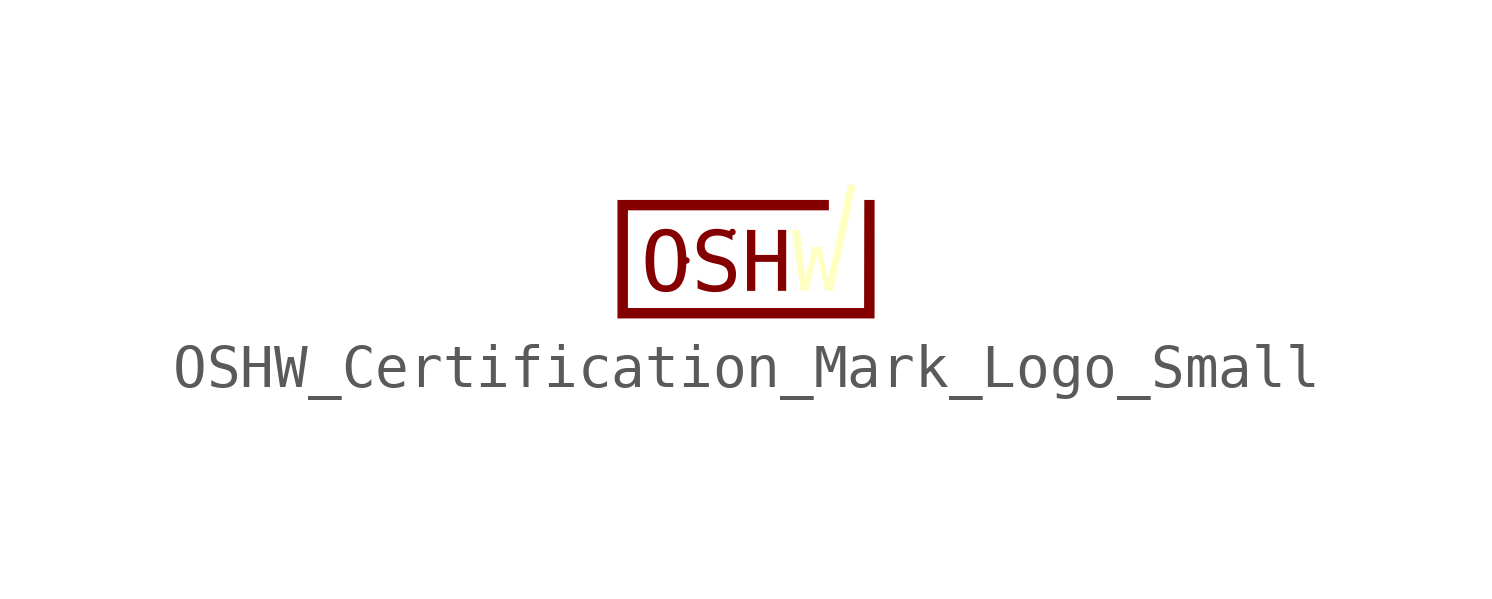
<source format=kicad_sym>
(kicad_symbol_lib
  (version 20241209)
  (generator "kicad_symbol_editor")
  (generator_version "9.0")
  (symbol "OSHW_Certification_Mark_Logo_Small"
    (property "Reference" "LOGO"
      (at 0 0 0)
      (effects (font (size 1.27 1.27)) (hide yes)))
    (symbol "OSHW_Certification_Mark_Logo_Small_1_1"
      (polyline (pts (xy -1.838 0.524) (xy -1.809 0.521) (xy -1.782 0.518) (xy -1.755 0.513) (xy -1.729 0.506) (xy -1.704 0.499) (xy -1.681 0.489) (xy -1.658 0.479) (xy -1.636 0.467) (xy -1.615 0.453) (xy -1.595 0.438) (xy -1.576 0.421) (xy -1.558 0.404) (xy -1.541 0.384) (xy -1.525 0.363) (xy -1.509 0.341) (xy -1.495 0.318) (xy -1.482 0.293) (xy -1.469 0.266) (xy -1.458 0.238) (xy -1.447 0.208) (xy -1.437 0.177) (xy -1.429 0.145) (xy -1.421 0.111) (xy -1.414 0.075) (xy -1.408 0.039) (xy -1.403 0.0001) (xy -1.399 -0.04) (xy -1.395 -0.081) (xy -1.393 -0.124) (xy -1.392 -0.168) (xy -1.391 -0.214) (xy -1.392 -0.26) (xy -1.393 -0.304) (xy -1.395 -0.347) (xy -1.399 -0.388) (xy -1.403 -0.428) (xy -1.408 -0.466) (xy -1.414 -0.503) (xy -1.421 -0.539) (xy -1.429 -0.573) (xy -1.437 -0.605) (xy -1.447 -0.636) (xy -1.458 -0.666) (xy -1.469 -0.694) (xy -1.482 -0.72) (xy -1.495 -0.745) (xy -1.509 -0.769) (xy -1.517 -0.78) (xy -1.525 -0.791) (xy -1.532 -0.802) (xy -1.541 -0.812) (xy -1.549 -0.822) (xy -1.558 -0.831) (xy -1.567 -0.84) (xy -1.576 -0.849) (xy -1.585 -0.857) (xy -1.595 -0.865) (xy -1.605 -0.873) (xy -1.615 -0.88) (xy -1.625 -0.887) (xy -1.636 -0.894) (xy -1.647 -0.9) (xy -1.658 -0.906) (xy -1.669 -0.912) (xy -1.681 -0.917) (xy -1.692 -0.922) (xy -1.704 -0.926) (xy -1.717 -0.93) (xy -1.729 -0.934) (xy -1.742 -0.937) (xy -1.755 -0.94) (xy -1.768 -0.943) (xy -1.782 -0.945) (xy -1.809 -0.949) (xy -1.838 -0.951) (xy -1.868 -0.952) (xy -1.897 -0.951) (xy -1.926 -0.949) (xy -1.954 -0.945) (xy -1.981 -0.941) (xy -2.006 -0.934) (xy -2.031 -0.926) (xy -2.055 -0.917) (xy -2.078 -0.906) (xy -2.1 -0.894) (xy -2.121 -0.881) (xy -2.141 -0.866) (xy -2.16 -0.85) (xy -2.178 -0.832) (xy -2.195 -0.812) (xy -2.211 -0.792) (xy -2.226 -0.77) (xy -2.24 -0.746) (xy -2.254 -0.721) (xy -2.266 -0.695) (xy -2.277 -0.667) (xy -2.288 -0.637) (xy -2.297 -0.606) (xy -2.306 -0.574) (xy -2.314 -0.54) (xy -2.321 -0.504) (xy -2.327 -0.468) (xy -2.332 -0.429) (xy -2.336 -0.389) (xy -2.339 -0.348) (xy -2.341 -0.305) (xy -2.343 -0.26) (xy -2.343 -0.214) (xy -2.142 -0.214) (xy -2.141 -0.29) (xy -2.138 -0.359) (xy -2.133 -0.424) (xy -2.126 -0.482) (xy -2.122 -0.509) (xy -2.117 -0.535) (xy -2.112 -0.56) (xy -2.106 -0.583) (xy -2.1 -0.605) (xy -2.093 -0.625) (xy -2.086 -0.644) (xy -2.078 -0.661) (xy -2.07 -0.677) (xy -2.066 -0.685) (xy -2.061 -0.693) (xy -2.056 -0.7) (xy -2.051 -0.707) (xy -2.046 -0.714) (xy -2.041 -0.72) (xy -2.035 -0.726) (xy -2.03 -0.732) (xy -2.024 -0.738) (xy -2.018 -0.743) (xy -2.012 -0.748) (xy -2.006 -0.753) (xy -2 -0.758) (xy -1.993 -0.762) (xy -1.987 -0.766) (xy -1.98 -0.77) (xy -1.973 -0.773) (xy -1.966 -0.777) (xy -1.958 -0.78) (xy -1.951 -0.782) (xy -1.943 -0.785) (xy -1.936 -0.787) (xy -1.928 -0.789) (xy -1.92 -0.791) (xy -1.911 -0.792) (xy -1.903 -0.793) (xy -1.894 -0.794) (xy -1.886 -0.795) (xy -1.868 -0.795) (xy -1.85 -0.795) (xy -1.832 -0.793) (xy -1.816 -0.791) (xy -1.8 -0.787) (xy -1.784 -0.782) (xy -1.769 -0.777) (xy -1.755 -0.77) (xy -1.742 -0.762) (xy -1.729 -0.753) (xy -1.717 -0.743) (xy -1.705 -0.733) (xy -1.694 -0.721) (xy -1.684 -0.708) (xy -1.674 -0.693) (xy -1.665 -0.678) (xy -1.657 -0.662) (xy -1.649 -0.645) (xy -1.642 -0.626) (xy -1.635 -0.605) (xy -1.629 -0.584) (xy -1.623 -0.561) (xy -1.618 -0.536) (xy -1.613 -0.51) (xy -1.609 -0.483) (xy -1.605 -0.454) (xy -1.601 -0.424) (xy -1.599 -0.393) (xy -1.596 -0.36) (xy -1.595 -0.326) (xy -1.593 -0.29) (xy -1.593 -0.253) (xy -1.592 -0.214) (xy -1.593 -0.139) (xy -1.596 -0.069) (xy -1.601 -0.004) (xy -1.609 0.054) (xy -1.613 0.082) (xy -1.618 0.108) (xy -1.623 0.132) (xy -1.629 0.155) (xy -1.635 0.177) (xy -1.642 0.197) (xy -1.649 0.216) (xy -1.657 0.234) (xy -1.665 0.25) (xy -1.67 0.258) (xy -1.674 0.265) (xy -1.679 0.272) (xy -1.684 0.279) (xy -1.689 0.286) (xy -1.694 0.292) (xy -1.7 0.299) (xy -1.705 0.305) (xy -1.711 0.31) (xy -1.717 0.316) (xy -1.723 0.321) (xy -1.729 0.326) (xy -1.735 0.33) (xy -1.742 0.335) (xy -1.748 0.339) (xy -1.755 0.342) (xy -1.762 0.346) (xy -1.769 0.349) (xy -1.777 0.352) (xy -1.784 0.355) (xy -1.792 0.357) (xy -1.8 0.36) (xy -1.808 0.362) (xy -1.816 0.363) (xy -1.824 0.365) (xy -1.832 0.366) (xy -1.841 0.367) (xy -1.85 0.368) (xy -1.868 0.368) (xy -1.886 0.368) (xy -1.903 0.366) (xy -1.92 0.363) (xy -1.936 0.36) (xy -1.951 0.355) (xy -1.966 0.349) (xy -1.98 0.342) (xy -1.993 0.335) (xy -2.006 0.326) (xy -2.018 0.316) (xy -2.03 0.305) (xy -2.041 0.292) (xy -2.051 0.279) (xy -2.061 0.265) (xy -2.07 0.25) (xy -2.078 0.234) (xy -2.086 0.216) (xy -2.093 0.197) (xy -2.1 0.177) (xy -2.106 0.155) (xy -2.112 0.132) (xy -2.117 0.108) (xy -2.122 0.082) (xy -2.126 0.054) (xy -2.13 0.026) (xy -2.133 -0.004) (xy -2.136 -0.036) (xy -2.138 -0.069) (xy -2.14 -0.103) (xy -2.141 -0.139) (xy -2.142 -0.176) (xy -2.142 -0.214) (xy -2.343 -0.214) (xy -2.343 -0.168) (xy -2.341 -0.124) (xy -2.339 -0.081) (xy -2.336 -0.04) (xy -2.332 0.0001) (xy -2.327 0.039) (xy -2.321 0.075) (xy -2.314 0.111) (xy -2.306 0.145) (xy -2.297 0.177) (xy -2.288 0.208) (xy -2.277 0.238) (xy -2.266 0.266) (xy -2.254 0.293) (xy -2.24 0.318) (xy -2.226 0.341) (xy -2.219 0.353) (xy -2.211 0.363) (xy -2.203 0.374) (xy -2.195 0.384) (xy -2.186 0.394) (xy -2.178 0.404) (xy -2.169 0.413) (xy -2.159 0.421) (xy -2.15 0.43) (xy -2.14 0.438) (xy -2.131 0.446) (xy -2.12 0.453) (xy -2.11 0.46) (xy -2.099 0.467) (xy -2.088 0.473) (xy -2.077 0.479) (xy -2.066 0.484) (xy -2.055 0.489) (xy -2.043 0.494) (xy -2.031 0.499) (xy -2.018 0.503) (xy -2.006 0.506) (xy -1.993 0.51) (xy -1.98 0.513) (xy -1.954 0.518) (xy -1.926 0.521) (xy -1.897 0.524) (xy -1.868 0.524)) (stroke (width -0.0001) (type default)) (fill (type outline)))
      (polyline (pts (xy -1.391 -0.214) (xy -1.391 -0.214) (xy -1.391 -0.214)) (stroke (width 0) (type default)) (fill (type outline)))
      (polyline (pts (xy -0.658 0.524) (xy -0.638 0.523) (xy -0.616 0.521) (xy -0.595 0.519) (xy -0.573 0.517) (xy -0.551 0.513) (xy -0.529 0.509) (xy -0.507 0.505) (xy -0.484 0.5) (xy -0.461 0.495) (xy -0.437 0.489) (xy -0.414 0.482) (xy -0.39 0.475) (xy -0.365 0.467) (xy -0.341 0.459) (xy -0.316 0.45) (xy -0.316 0.254) (xy -0.338 0.268) (xy -0.36 0.281) (xy -0.382 0.293) (xy -0.404 0.304) (xy -0.426 0.314) (xy -0.448 0.323) (xy -0.47 0.332) (xy -0.492 0.339) (xy -0.514 0.346) (xy -0.536 0.352) (xy -0.558 0.357) (xy -0.58 0.361) (xy -0.603 0.364) (xy -0.625 0.366) (xy -0.647 0.367) (xy -0.67 0.368) (xy -0.686 0.368) (xy -0.703 0.367) (xy -0.719 0.366) (xy -0.734 0.364) (xy -0.749 0.362) (xy -0.764 0.359) (xy -0.778 0.356) (xy -0.791 0.352) (xy -0.805 0.348) (xy -0.818 0.343) (xy -0.83 0.338) (xy -0.842 0.332) (xy -0.853 0.326) (xy -0.864 0.319) (xy -0.875 0.312) (xy -0.885 0.304) (xy -0.894 0.296) (xy -0.903 0.287) (xy -0.912 0.279) (xy -0.919 0.27) (xy -0.927 0.26) (xy -0.933 0.251) (xy -0.939 0.24) (xy -0.944 0.23) (xy -0.949 0.219) (xy -0.953 0.208) (xy -0.956 0.196) (xy -0.959 0.184) (xy -0.961 0.172) (xy -0.963 0.16) (xy -0.964 0.147) (xy -0.964 0.133) (xy -0.964 0.122) (xy -0.963 0.111) (xy -0.962 0.1) (xy -0.961 0.089) (xy -0.959 0.079) (xy -0.957 0.069) (xy -0.954 0.059) (xy -0.951 0.05) (xy -0.948 0.041) (xy -0.944 0.033) (xy -0.94 0.025) (xy -0.935 0.017) (xy -0.93 0.01) (xy -0.925 0.003) (xy -0.919 -0.004) (xy -0.913 -0.011) (xy -0.906 -0.017) (xy -0.898 -0.023) (xy -0.89 -0.029) (xy -0.881 -0.034) (xy -0.871 -0.04) (xy -0.861 -0.045) (xy -0.85 -0.051) (xy -0.838 -0.056) (xy -0.825 -0.061) (xy -0.812 -0.066) (xy -0.798 -0.071) (xy -0.784 -0.076) (xy -0.768 -0.08) (xy -0.752 -0.085) (xy -0.736 -0.089) (xy -0.718 -0.093) (xy -0.617 -0.116) (xy -0.593 -0.122) (xy -0.569 -0.129) (xy -0.546 -0.136) (xy -0.524 -0.143) (xy -0.503 -0.151) (xy -0.482 -0.159) (xy -0.463 -0.167) (xy -0.444 -0.176) (xy -0.426 -0.186) (xy -0.409 -0.196) (xy -0.393 -0.206) (xy -0.378 -0.216) (xy -0.364 -0.227) (xy -0.35 -0.239) (xy -0.337 -0.251) (xy -0.326 -0.263) (xy -0.315 -0.276) (xy -0.304 -0.289) (xy -0.294 -0.303) (xy -0.285 -0.318) (xy -0.277 -0.333) (xy -0.27 -0.348) (xy -0.263 -0.364) (xy -0.257 -0.381) (xy -0.252 -0.399) (xy -0.247 -0.416) (xy -0.243 -0.435) (xy -0.24 -0.454) (xy -0.237 -0.473) (xy -0.235 -0.494) (xy -0.234 -0.514) (xy -0.234 -0.536) (xy -0.234 -0.561) (xy -0.236 -0.585) (xy -0.238 -0.608) (xy -0.242 -0.631) (xy -0.246 -0.653) (xy -0.252 -0.674) (xy -0.258 -0.695) (xy -0.266 -0.715) (xy -0.274 -0.734) (xy -0.283 -0.752) (xy -0.293 -0.769) (xy -0.305 -0.786) (xy -0.317 -0.802) (xy -0.33 -0.817) (xy -0.345 -0.832) (xy -0.36 -0.845) (xy -0.376 -0.858) (xy -0.393 -0.87) (xy -0.411 -0.882) (xy -0.43 -0.892) (xy -0.45 -0.902) (xy -0.47 -0.91) (xy -0.492 -0.918) (xy -0.514 -0.925) (xy -0.537 -0.932) (xy -0.562 -0.937) (xy -0.587 -0.942) (xy -0.613 -0.945) (xy -0.64 -0.948) (xy -0.667 -0.95) (xy -0.696 -0.952) (xy -0.726 -0.952) (xy -0.751 -0.952) (xy -0.776 -0.951) (xy -0.801 -0.949) (xy -0.826 -0.947) (xy -0.851 -0.944) (xy -0.876 -0.94) (xy -0.902 -0.935) (xy -0.927 -0.93) (xy -0.952 -0.925) (xy -0.977 -0.918) (xy -1.003 -0.911) (xy -1.028 -0.904) (xy -1.054 -0.895) (xy -1.079 -0.886) (xy -1.104 -0.877) (xy -1.13 -0.866) (xy -1.13 -0.661) (xy -1.103 -0.678) (xy -1.076 -0.694) (xy -1.049 -0.708) (xy -1.023 -0.722) (xy -0.998 -0.734) (xy -0.972 -0.745) (xy -0.948 -0.755) (xy -0.923 -0.763) (xy -0.898 -0.771) (xy -0.874 -0.778) (xy -0.849 -0.783) (xy -0.825 -0.788) (xy -0.8 -0.791) (xy -0.775 -0.794) (xy -0.751 -0.795) (xy -0.726 -0.796) (xy -0.708 -0.795) (xy -0.69 -0.795) (xy -0.673 -0.793) (xy -0.657 -0.792) (xy -0.641 -0.789) (xy -0.625 -0.787) (xy -0.611 -0.783) (xy -0.596 -0.78) (xy -0.582 -0.775) (xy -0.569 -0.77) (xy -0.556 -0.765) (xy -0.543 -0.759) (xy -0.532 -0.753) (xy -0.52 -0.746) (xy -0.509 -0.739) (xy -0.499 -0.731) (xy -0.489 -0.723) (xy -0.48 -0.714) (xy -0.471 -0.705) (xy -0.464 -0.695) (xy -0.456 -0.685) (xy -0.45 -0.674) (xy -0.444 -0.664) (xy -0.438 -0.652) (xy -0.433 -0.641) (xy -0.429 -0.629) (xy -0.426 -0.616) (xy -0.423 -0.603) (xy -0.421 -0.59) (xy -0.419 -0.577) (xy -0.418 -0.562) (xy -0.418 -0.548) (xy -0.418 -0.535) (xy -0.419 -0.522) (xy -0.42 -0.51) (xy -0.421 -0.498) (xy -0.423 -0.486) (xy -0.426 -0.475) (xy -0.429 -0.464) (xy -0.432 -0.454) (xy -0.436 -0.444) (xy -0.44 -0.434) (xy -0.445 -0.425) (xy -0.45 -0.416) (xy -0.455 -0.408) (xy -0.461 -0.4) (xy -0.467 -0.392) (xy -0.474 -0.385) (xy -0.481 -0.378) (xy -0.489 -0.371) (xy -0.498 -0.365) (xy -0.507 -0.358) (xy -0.517 -0.352) (xy -0.527 -0.346) (xy -0.538 -0.341) (xy -0.55 -0.335) (xy -0.563 -0.33) (xy -0.576 -0.325) (xy -0.589 -0.32) (xy -0.604 -0.315) (xy -0.619 -0.311) (xy -0.634 -0.306) (xy -0.651 -0.302) (xy -0.668 -0.298) (xy -0.771 -0.275) (xy -0.795 -0.269) (xy -0.818 -0.263) (xy -0.841 -0.256) (xy -0.863 -0.249) (xy -0.884 -0.242) (xy -0.904 -0.234) (xy -0.923 -0.227) (xy -0.942 -0.218) (xy -0.959 -0.21) (xy -0.976 -0.201) (xy -0.992 -0.191) (xy -1.007 -0.182) (xy -1.021 -0.172) (xy -1.034 -0.161) (xy -1.047 -0.15) (xy -1.058 -0.139) (xy -1.069 -0.128) (xy -1.079 -0.116) (xy -1.089 -0.103) (xy -1.098 -0.09) (xy -1.106 -0.076) (xy -1.113 -0.063) (xy -1.12 -0.048) (xy -1.126 -0.033) (xy -1.131 -0.018) (xy -1.135 -0.002) (xy -1.139 0.015) (xy -1.142 0.032) (xy -1.145 0.049) (xy -1.147 0.067) (xy -1.148 0.085) (xy -1.148 0.104) (xy -1.147 0.127) (xy -1.146 0.15) (xy -1.143 0.173) (xy -1.14 0.194) (xy -1.135 0.215) (xy -1.13 0.236) (xy -1.123 0.256) (xy -1.116 0.275) (xy -1.108 0.294) (xy -1.098 0.312) (xy -1.088 0.33) (xy -1.076 0.347) (xy -1.064 0.363) (xy -1.05 0.379) (xy -1.036 0.394) (xy -1.02 0.409) (xy -1.004 0.423) (xy -0.987 0.436) (xy -0.969 0.448) (xy -0.951 0.459) (xy -0.932 0.47) (xy -0.912 0.479) (xy -0.892 0.488) (xy -0.871 0.495) (xy -0.849 0.502) (xy -0.827 0.508) (xy -0.804 0.513) (xy -0.78 0.517) (xy -0.756 0.52) (xy -0.731 0.522) (xy -0.705 0.524) (xy -0.679 0.524)) (stroke (width -0.0001) (type default)) (fill (type outline)))
      (polyline (pts (xy -0.316 0.45) (xy -0.316 0.45) (xy -0.316 0.45)) (stroke (width 0) (type default)) (fill (type outline)))
      (polyline (pts (xy 0.217 -0.085) (xy 0.744 -0.085) (xy 0.744 0.499) (xy 0.938 0.499) (xy 0.938 -0.924) (xy 0.744 -0.924) (xy 0.744 -0.247) (xy 0.217 -0.247) (xy 0.217 -0.924) (xy 0.024 -0.924) (xy 0.024 0.499) (xy 0.217 0.499)) (stroke (width -0.0001) (type default)) (fill (type outline)))
      (polyline (pts (xy 2.03 -0.924) (xy 1.848 -0.924) (xy 1.655 -0.079) (xy 1.462 -0.924) (xy 1.28 -0.924) (xy 1.068 0.499) (xy 1.256 0.499) (xy 1.392 -0.656) (xy 1.554 0.108) (xy 1.755 0.108) (xy 1.919 -0.658) (xy 2.38 1.556) (xy 2.568 1.556)) (stroke (width -0.0001) (type default)) (fill (type background)))
      (polyline (pts (xy 3 -1.568) (xy -3 -1.568) (xy -3 1.199) (xy -3 1.199) (xy 1.934 1.199) (xy 1.934 0.955) (xy -2.756 0.955) (xy -2.756 -1.324) (xy 2.756 -1.324) (xy 2.761 1.199) (xy 3 1.199)) (stroke (width -0.0001) (type default)) (fill (type outline))))))
</source>
